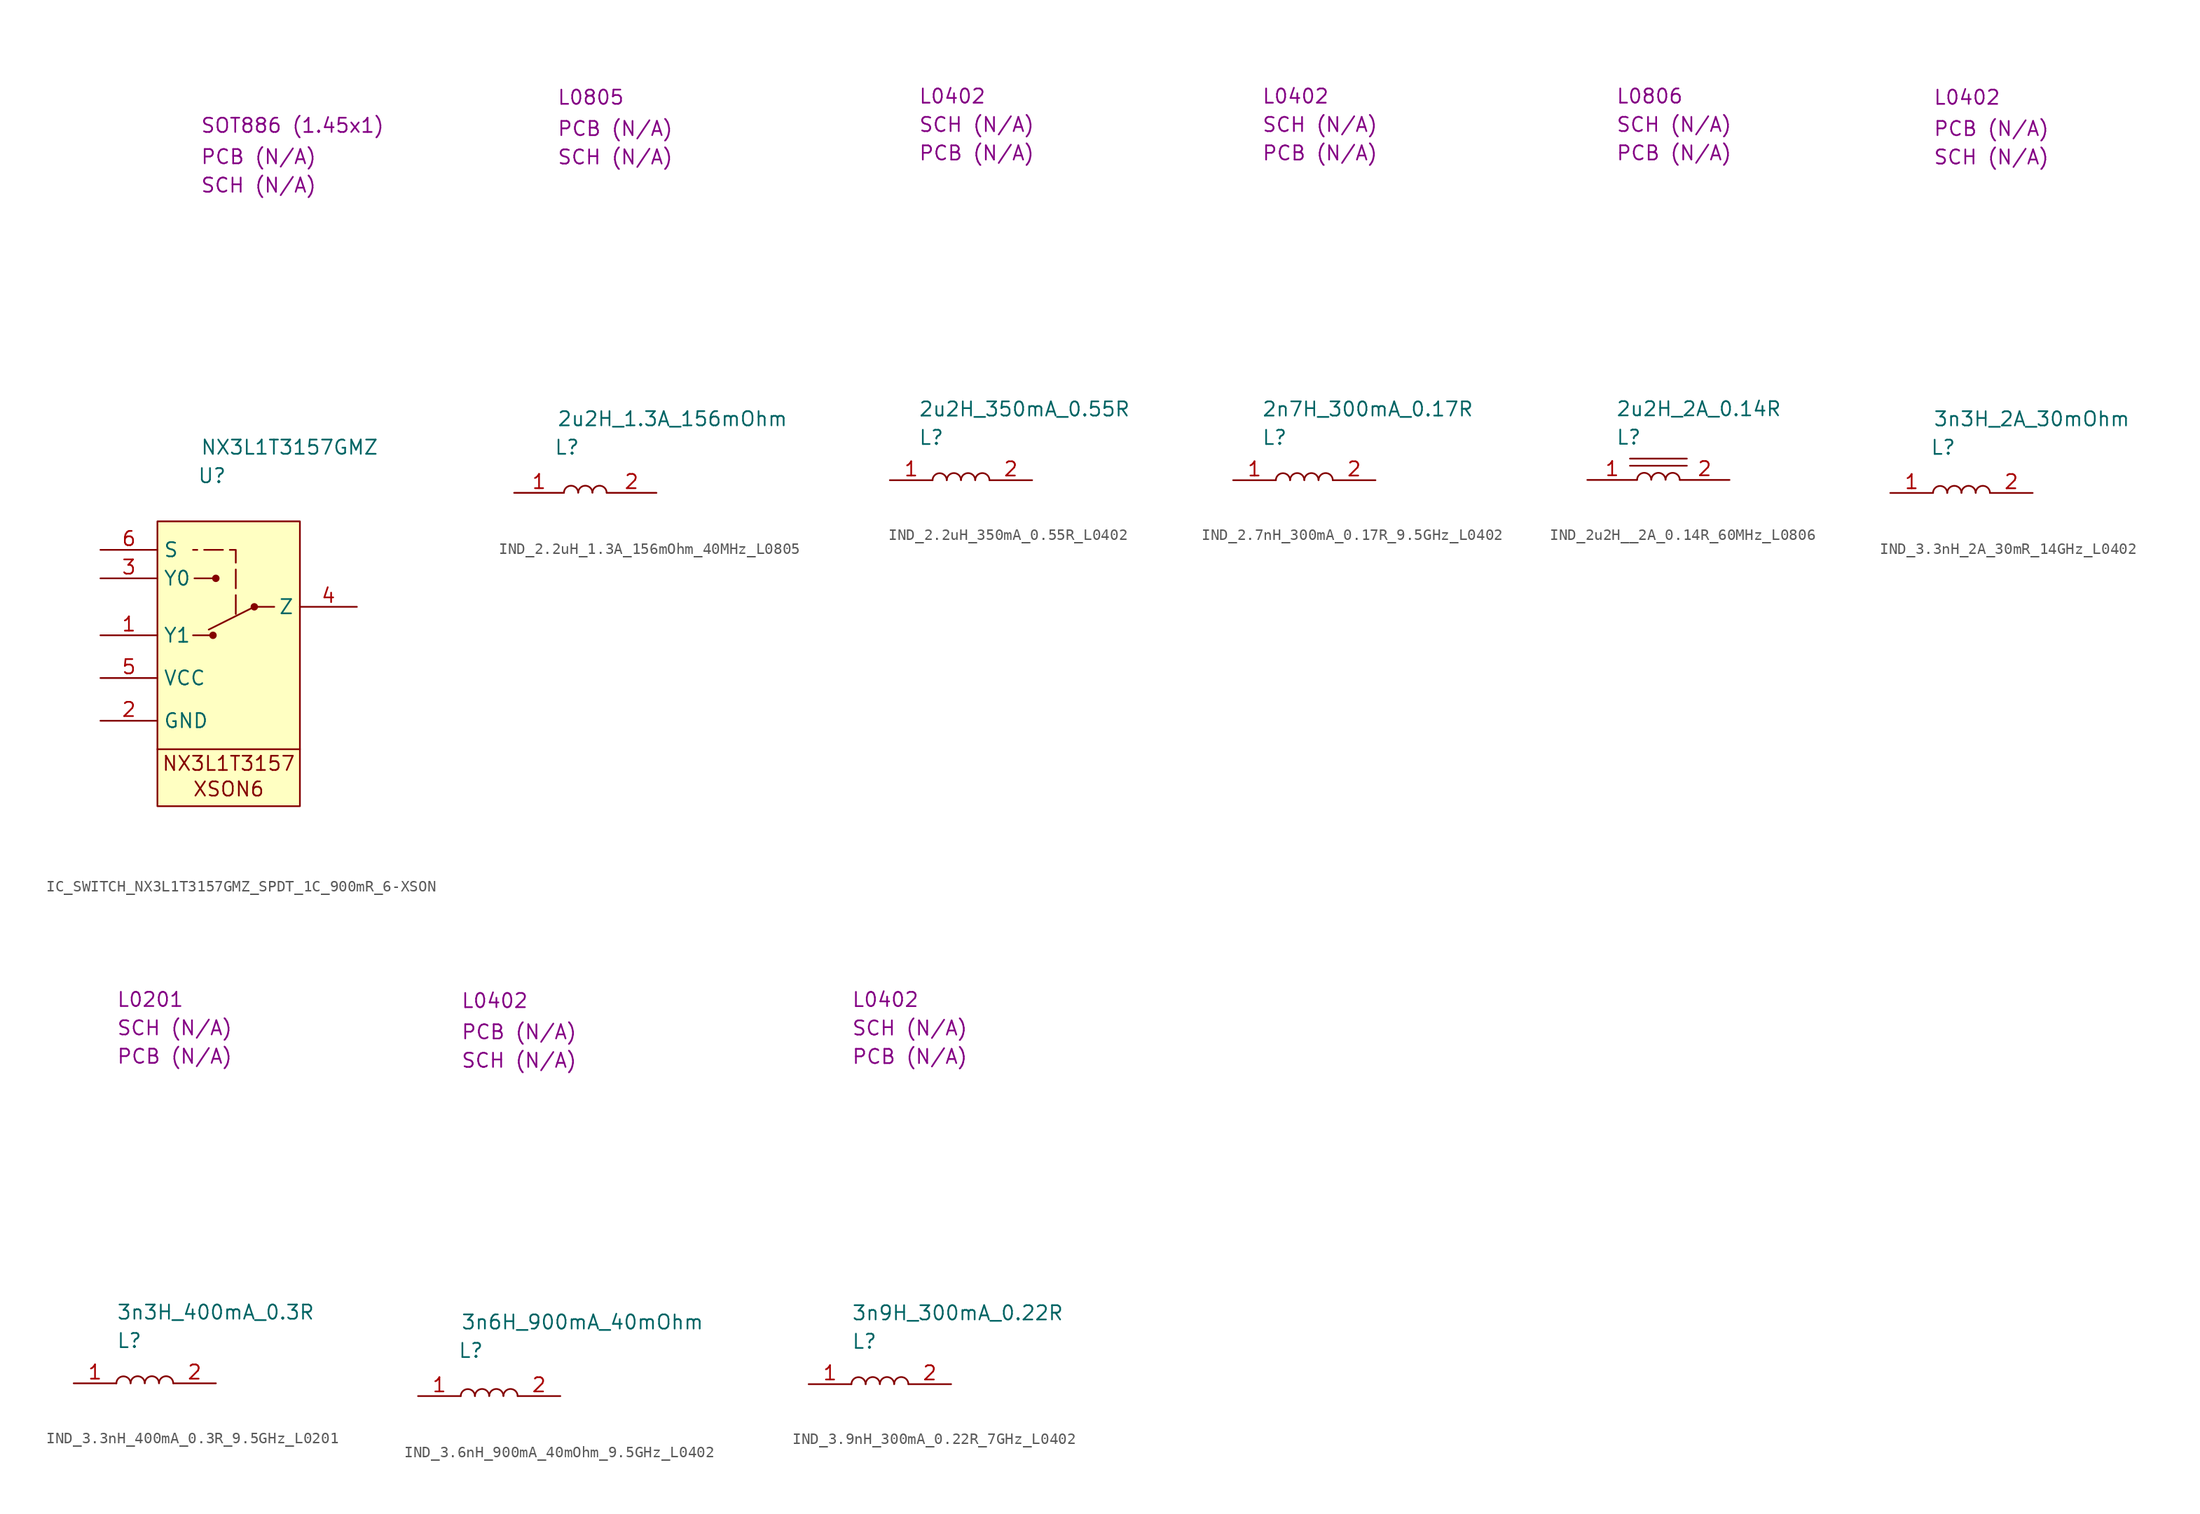
<source format=kicad_sym>
(kicad_symbol_lib
  (version 20231120)
  (generator "kicad_symbol_editor")
  (generator_version "8.0")
  (symbol "IC_SWITCH_NX3L1T3157GMZ_SPDT_1C_900mR_6-XSON"
    (property "Reference" "U"
      (at 3.556 4.064 0)
      (effects (font (size 1.27 1.27)) (justify left)))
    (property "Value" "NX3L1T3157GMZ"
      (at 3.81 6.604 0)
      (effects (font (size 1.27 1.27)) (justify left)))
    (property "Package" "SOT886 (1.45x1)"
      (at 3.81 35.306 0)
      (effects (font (size 1.27 1.27)) (justify left)))
    (property "SCH CHECK" "SCH (N/A)"
      (at 3.81 29.972 0)
      (effects (font (size 1.27 1.27)) (justify left)))
    (property "PCB CHECK" "PCB (N/A)"
      (at 3.81 32.512 0)
      (effects (font (size 1.27 1.27)) (justify left)))
    (symbol "IC_SWITCH_NX3L1T3157GMZ_SPDT_1C_900mR_6-XSON_0_1"
      (polyline (pts (xy 3.175 -10.16) (xy 4.953 -10.16)) (stroke (width 0) (type default)) (fill (type none)))
      (polyline (pts (xy 3.302 -5.08) (xy 5.08 -5.08)) (stroke (width 0) (type default)) (fill (type none)))
      (polyline (pts (xy 8.636 -7.62) (xy 10.414 -7.62)) (stroke (width 0) (type default)) (fill (type none))))
    (symbol "IC_SWITCH_NX3L1T3157GMZ_SPDT_1C_900mR_6-XSON_1_1"
      (polyline (pts (xy 0 -20.32) (xy 12.7 -20.32)) (stroke (width 0) (type default)) (fill (type none)))
      (polyline (pts (xy 8.636 -7.62) (xy 4.572 -9.652)) (stroke (width 0) (type default)) (fill (type none)))
      (polyline (pts (xy 6.985 -8.255) (xy 6.985 -2.54) (xy 3.175 -2.54)) (stroke (width 0) (type dash)) (fill (type none)))
      (rectangle (start 0 0) (end 12.7 -25.4) (stroke (width 0) (type default)) (fill (type background)))
      (circle (center 4.953 -10.16) (radius 0.254) (stroke (width 0) (type default)) (fill (type outline)))
      (circle (center 5.207 -5.08) (radius 0.254) (stroke (width 0) (type default)) (fill (type outline)))
      (circle (center 8.636 -7.62) (radius 0.254) (stroke (width 0) (type default)) (fill (type outline)))
      (text "NX3L1T3157" (at 6.35 -21.59 0) (effects (font (size 1.27 1.27))))
      (text "XSON6" (at 6.35 -23.876 0) (effects (font (size 1.27 1.27))))
      (pin passive line (at -5.08 -10.16 0) (length 5.08) (name "Y1" (effects (font (size 1.27 1.27)))) (number "1" (effects (font (size 1.27 1.27)))))
      (pin passive line (at -5.08 -17.78 0) (length 5.08) (name "GND" (effects (font (size 1.27 1.27)))) (number "2" (effects (font (size 1.27 1.27)))))
      (pin passive line (at -5.08 -5.08 0) (length 5.08) (name "Y0" (effects (font (size 1.27 1.27)))) (number "3" (effects (font (size 1.27 1.27)))))
      (pin passive line (at 17.78 -7.62 180) (length 5.08) (name "Z" (effects (font (size 1.27 1.27)))) (number "4" (effects (font (size 1.27 1.27)))))
      (pin passive line (at -5.08 -13.97 0) (length 5.08) (name "VCC" (effects (font (size 1.27 1.27)))) (number "5" (effects (font (size 1.27 1.27)))))
      (pin passive line (at -5.08 -2.54 0) (length 5.08) (name "S" (effects (font (size 1.27 1.27)))) (number "6" (effects (font (size 1.27 1.27)))))))
  (symbol "IND_2.2uH_1.3A_156mOhm_40MHz_L0805"
    (property "Reference" "L"
      (at 3.556 4.064 0)
      (effects (font (size 1.27 1.27)) (justify left)))
    (property "Value" "2u2H_1.3A_156mOhm"
      (at 3.81 6.604 0)
      (effects (font (size 1.27 1.27)) (justify left)))
    (property "Package" "L0805"
      (at 3.81 35.306 0)
      (effects (font (size 1.27 1.27)) (justify left)))
    (property "SCH CHECK" "SCH (N/A)"
      (at 3.81 29.972 0)
      (effects (font (size 1.27 1.27)) (justify left)))
    (property "PCB CHECK" "PCB (N/A)"
      (at 3.81 32.512 0)
      (effects (font (size 1.27 1.27)) (justify left)))
    (symbol "IND_2.2uH_1.3A_156mOhm_40MHz_L0805_0_1"
      (arc (start 5.715 0.0195) (mid 5.08 0.6353) (end 4.445 0.0195) (stroke (width 0) (type default)) (fill (type none)))
      (arc (start 6.985 0.0195) (mid 6.35 0.6353) (end 5.715 0.0195) (stroke (width 0) (type default)) (fill (type none)))
      (arc (start 8.255 0.0195) (mid 7.62 0.6353) (end 6.985 0.0195) (stroke (width 0) (type default)) (fill (type none))))
    (symbol "IND_2.2uH_1.3A_156mOhm_40MHz_L0805_1_1"
      (pin passive line (at 0 0 0) (length 4.445) (name "" (effects (font (size 1.27 1.27)))) (number "1" (effects (font (size 1.27 1.27)))))
      (pin passive line (at 12.7 0 180) (length 4.445) (name "" (effects (font (size 1.27 1.27)))) (number "2" (effects (font (size 1.27 1.27)))))))
  (symbol "IND_2.2uH_350mA_0.55R_L0402"
    (property "Reference" "L"
      (at 2.54 3.81 0)
      (effects (font (size 1.27 1.27)) (justify left)))
    (property "Value" "2u2H_350mA_0.55R"
      (at 2.54 6.35 0)
      (effects (font (size 1.27 1.27)) (justify left)))
    (property "SCH CHECK" "SCH (N/A)"
      (at 2.54 31.75 0)
      (effects (font (size 1.27 1.27)) (justify left)))
    (property "Package" "L0402"
      (at 2.54 34.29 0)
      (effects (font (size 1.27 1.27)) (justify left)))
    (property "PCB CHECk" "PCB (N/A)"
      (at 2.54 29.21 0)
      (effects (font (size 1.27 1.27)) (justify left)))
    (symbol "IND_2.2uH_350mA_0.55R_L0402_0_1"
      (arc (start 5.08 0) (mid 4.445 0.6238) (end 3.81 0) (stroke (width 0) (type default)) (fill (type none)))
      (arc (start 6.35 0.0113) (mid 5.715 0.6351) (end 5.08 0.0113) (stroke (width 0) (type default)) (fill (type none)))
      (arc (start 7.62 0.0113) (mid 6.985 0.6351) (end 6.35 0.0113) (stroke (width 0) (type default)) (fill (type none)))
      (arc (start 8.89 0.0113) (mid 8.255 0.6351) (end 7.62 0.0113) (stroke (width 0) (type default)) (fill (type none))))
    (symbol "IND_2.2uH_350mA_0.55R_L0402_1_1"
      (pin passive line (at 0 0 0) (length 3.81) (name "" (effects (font (size 1.27 1.27)))) (number "1" (effects (font (size 1.27 1.27)))))
      (pin passive line (at 12.7 0 180) (length 3.81) (name "" (effects (font (size 1.27 1.27)))) (number "2" (effects (font (size 1.27 1.27)))))))
  (symbol "IND_2.7nH_300mA_0.17R_9.5GHz_L0402"
    (property "Reference" "L"
      (at 2.54 3.81 0)
      (effects (font (size 1.27 1.27)) (justify left)))
    (property "Value" "2n7H_300mA_0.17R"
      (at 2.54 6.35 0)
      (effects (font (size 1.27 1.27)) (justify left)))
    (property "SCH CHECK" "SCH (N/A)"
      (at 2.54 31.75 0)
      (effects (font (size 1.27 1.27)) (justify left)))
    (property "Package" "L0402"
      (at 2.54 34.29 0)
      (effects (font (size 1.27 1.27)) (justify left)))
    (property "PCB CHECk" "PCB (N/A)"
      (at 2.54 29.21 0)
      (effects (font (size 1.27 1.27)) (justify left)))
    (symbol "IND_2.7nH_300mA_0.17R_9.5GHz_L0402_0_1"
      (arc (start 5.08 0) (mid 4.445 0.6238) (end 3.81 0) (stroke (width 0) (type default)) (fill (type none)))
      (arc (start 6.35 0.0113) (mid 5.715 0.6351) (end 5.08 0.0113) (stroke (width 0) (type default)) (fill (type none)))
      (arc (start 7.62 0.0113) (mid 6.985 0.6351) (end 6.35 0.0113) (stroke (width 0) (type default)) (fill (type none)))
      (arc (start 8.89 0.0113) (mid 8.255 0.6351) (end 7.62 0.0113) (stroke (width 0) (type default)) (fill (type none))))
    (symbol "IND_2.7nH_300mA_0.17R_9.5GHz_L0402_1_1"
      (pin passive line (at 0 0 0) (length 3.81) (name "" (effects (font (size 1.27 1.27)))) (number "1" (effects (font (size 1.27 1.27)))))
      (pin passive line (at 12.7 0 180) (length 3.81) (name "" (effects (font (size 1.27 1.27)))) (number "2" (effects (font (size 1.27 1.27)))))))
  (symbol "IND_2u2H__2A_0.14R_60MHz_L0806"
    (property "Reference" "L"
      (at 2.54 3.81 0)
      (effects (font (size 1.27 1.27)) (justify left)))
    (property "Value" "2u2H_2A_0.14R"
      (at 2.54 6.35 0)
      (effects (font (size 1.27 1.27)) (justify left)))
    (property "Package" "L0806"
      (at 2.54 34.29 0)
      (effects (font (size 1.27 1.27)) (justify left)))
    (property "SCH CHECK" "SCH (N/A)"
      (at 2.54 31.75 0)
      (effects (font (size 1.27 1.27)) (justify left)))
    (property "PCB CHECk" "PCB (N/A)"
      (at 2.54 29.21 0)
      (effects (font (size 1.27 1.27)) (justify left)))
    (symbol "IND_2u2H__2A_0.14R_60MHz_L0806_0_1"
      (polyline (pts (xy 3.81 1.27) (xy 8.89 1.27)) (stroke (width 0) (type default)) (fill (type none)))
      (polyline (pts (xy 3.81 1.905) (xy 8.89 1.905)) (stroke (width 0) (type default)) (fill (type none)))
      (arc (start 5.715 0.0195) (mid 5.08 0.6353) (end 4.445 0.0195) (stroke (width 0) (type default)) (fill (type none)))
      (arc (start 6.985 0.0195) (mid 6.35 0.6353) (end 5.715 0.0195) (stroke (width 0) (type default)) (fill (type none)))
      (arc (start 8.255 0.0195) (mid 7.62 0.6353) (end 6.985 0.0195) (stroke (width 0) (type default)) (fill (type none))))
    (symbol "IND_2u2H__2A_0.14R_60MHz_L0806_1_1"
      (pin passive line (at 0 0 0) (length 4.445) (name "" (effects (font (size 1.27 1.27)))) (number "1" (effects (font (size 1.27 1.27)))))
      (pin passive line (at 12.7 0 180) (length 4.445) (name "" (effects (font (size 1.27 1.27)))) (number "2" (effects (font (size 1.27 1.27)))))))
  (symbol "IND_3.3nH_2A_30mR_14GHz_L0402"
    (property "Reference" "L"
      (at 3.556 4.064 0)
      (effects (font (size 1.27 1.27)) (justify left)))
    (property "Value" "3n3H_2A_30mOhm"
      (at 3.81 6.604 0)
      (effects (font (size 1.27 1.27)) (justify left)))
    (property "Package" "L0402"
      (at 3.81 35.306 0)
      (effects (font (size 1.27 1.27)) (justify left)))
    (property "SCH CHECK" "SCH (N/A)"
      (at 3.81 29.972 0)
      (effects (font (size 1.27 1.27)) (justify left)))
    (property "PCB CHECK" "PCB (N/A)"
      (at 3.81 32.512 0)
      (effects (font (size 1.27 1.27)) (justify left)))
    (symbol "IND_3.3nH_2A_30mR_14GHz_L0402_0_1"
      (arc (start 5.08 0) (mid 4.445 0.6238) (end 3.81 0) (stroke (width 0) (type default)) (fill (type none)))
      (arc (start 6.35 0.0113) (mid 5.715 0.6351) (end 5.08 0.0113) (stroke (width 0) (type default)) (fill (type none)))
      (arc (start 7.62 0.0113) (mid 6.985 0.6351) (end 6.35 0.0113) (stroke (width 0) (type default)) (fill (type none)))
      (arc (start 8.89 0.0113) (mid 8.255 0.6351) (end 7.62 0.0113) (stroke (width 0) (type default)) (fill (type none))))
    (symbol "IND_3.3nH_2A_30mR_14GHz_L0402_1_1"
      (pin passive line (at 0 0 0) (length 3.81) (name "" (effects (font (size 1.27 1.27)))) (number "1" (effects (font (size 1.27 1.27)))))
      (pin passive line (at 12.7 0 180) (length 3.81) (name "" (effects (font (size 1.27 1.27)))) (number "2" (effects (font (size 1.27 1.27)))))))
  (symbol "IND_3.3nH_400mA_0.3R_9.5GHz_L0201"
    (property "Reference" "L"
      (at 3.81 3.81 0)
      (effects (font (size 1.27 1.27)) (justify left)))
    (property "Value" "3n3H_400mA_0.3R"
      (at 3.81 6.35 0)
      (effects (font (size 1.27 1.27)) (justify left)))
    (property "SCH CHECK" "SCH (N/A)"
      (at 3.81 31.75 0)
      (effects (font (size 1.27 1.27)) (justify left)))
    (property "Package" "L0201"
      (at 3.81 34.29 0)
      (effects (font (size 1.27 1.27)) (justify left)))
    (property "PCB CHECk" "PCB (N/A)"
      (at 3.81 29.21 0)
      (effects (font (size 1.27 1.27)) (justify left)))
    (symbol "IND_3.3nH_400mA_0.3R_9.5GHz_L0201_0_1"
      (arc (start 5.08 0) (mid 4.445 0.6238) (end 3.81 0) (stroke (width 0) (type default)) (fill (type none)))
      (arc (start 6.35 0.0113) (mid 5.715 0.6351) (end 5.08 0.0113) (stroke (width 0) (type default)) (fill (type none)))
      (arc (start 7.62 0.0113) (mid 6.985 0.6351) (end 6.35 0.0113) (stroke (width 0) (type default)) (fill (type none)))
      (arc (start 8.89 0.0113) (mid 8.255 0.6351) (end 7.62 0.0113) (stroke (width 0) (type default)) (fill (type none))))
    (symbol "IND_3.3nH_400mA_0.3R_9.5GHz_L0201_1_1"
      (pin passive line (at 0 0 0) (length 3.81) (name "" (effects (font (size 1.27 1.27)))) (number "1" (effects (font (size 1.27 1.27)))))
      (pin passive line (at 12.7 0 180) (length 3.81) (name "" (effects (font (size 1.27 1.27)))) (number "2" (effects (font (size 1.27 1.27)))))))
  (symbol "IND_3.6nH_900mA_40mOhm_9.5GHz_L0402"
    (property "Reference" "L"
      (at 3.556 4.064 0)
      (effects (font (size 1.27 1.27)) (justify left)))
    (property "Value" "3n6H_900mA_40mOhm"
      (at 3.81 6.604 0)
      (effects (font (size 1.27 1.27)) (justify left)))
    (property "Package" "L0402"
      (at 3.81 35.306 0)
      (effects (font (size 1.27 1.27)) (justify left)))
    (property "SCH CHECK" "SCH (N/A)"
      (at 3.81 29.972 0)
      (effects (font (size 1.27 1.27)) (justify left)))
    (property "PCB CHECK" "PCB (N/A)"
      (at 3.81 32.512 0)
      (effects (font (size 1.27 1.27)) (justify left)))
    (symbol "IND_3.6nH_900mA_40mOhm_9.5GHz_L0402_0_1"
      (arc (start 5.08 0) (mid 4.445 0.6238) (end 3.81 0) (stroke (width 0) (type default)) (fill (type none)))
      (arc (start 6.35 0.0113) (mid 5.715 0.6351) (end 5.08 0.0113) (stroke (width 0) (type default)) (fill (type none)))
      (arc (start 7.62 0.0113) (mid 6.985 0.6351) (end 6.35 0.0113) (stroke (width 0) (type default)) (fill (type none)))
      (arc (start 8.89 0.0113) (mid 8.255 0.6351) (end 7.62 0.0113) (stroke (width 0) (type default)) (fill (type none))))
    (symbol "IND_3.6nH_900mA_40mOhm_9.5GHz_L0402_1_1"
      (pin passive line (at 0 0 0) (length 3.81) (name "" (effects (font (size 1.27 1.27)))) (number "1" (effects (font (size 1.27 1.27)))))
      (pin passive line (at 12.7 0 180) (length 3.81) (name "" (effects (font (size 1.27 1.27)))) (number "2" (effects (font (size 1.27 1.27)))))))
  (symbol "IND_3.9nH_300mA_0.22R_7GHz_L0402"
    (property "Reference" "L"
      (at 3.81 3.81 0)
      (effects (font (size 1.27 1.27)) (justify left)))
    (property "Value" "3n9H_300mA_0.22R"
      (at 3.81 6.35 0)
      (effects (font (size 1.27 1.27)) (justify left)))
    (property "SCH CHECK" "SCH (N/A)"
      (at 3.81 31.75 0)
      (effects (font (size 1.27 1.27)) (justify left)))
    (property "Package" "L0402"
      (at 3.81 34.29 0)
      (effects (font (size 1.27 1.27)) (justify left)))
    (property "PCB CHECk" "PCB (N/A)"
      (at 3.81 29.21 0)
      (effects (font (size 1.27 1.27)) (justify left)))
    (symbol "IND_3.9nH_300mA_0.22R_7GHz_L0402_0_1"
      (arc (start 5.08 0) (mid 4.445 0.6238) (end 3.81 0) (stroke (width 0) (type default)) (fill (type none)))
      (arc (start 6.35 0.0113) (mid 5.715 0.6351) (end 5.08 0.0113) (stroke (width 0) (type default)) (fill (type none)))
      (arc (start 7.62 0.0113) (mid 6.985 0.6351) (end 6.35 0.0113) (stroke (width 0) (type default)) (fill (type none)))
      (arc (start 8.89 0.0113) (mid 8.255 0.6351) (end 7.62 0.0113) (stroke (width 0) (type default)) (fill (type none))))
    (symbol "IND_3.9nH_300mA_0.22R_7GHz_L0402_1_1"
      (pin passive line (at 0 0 0) (length 3.81) (name "" (effects (font (size 1.27 1.27)))) (number "1" (effects (font (size 1.27 1.27)))))
      (pin passive line (at 12.7 0 180) (length 3.81) (name "" (effects (font (size 1.27 1.27)))) (number "2" (effects (font (size 1.27 1.27))))))))
</source>
